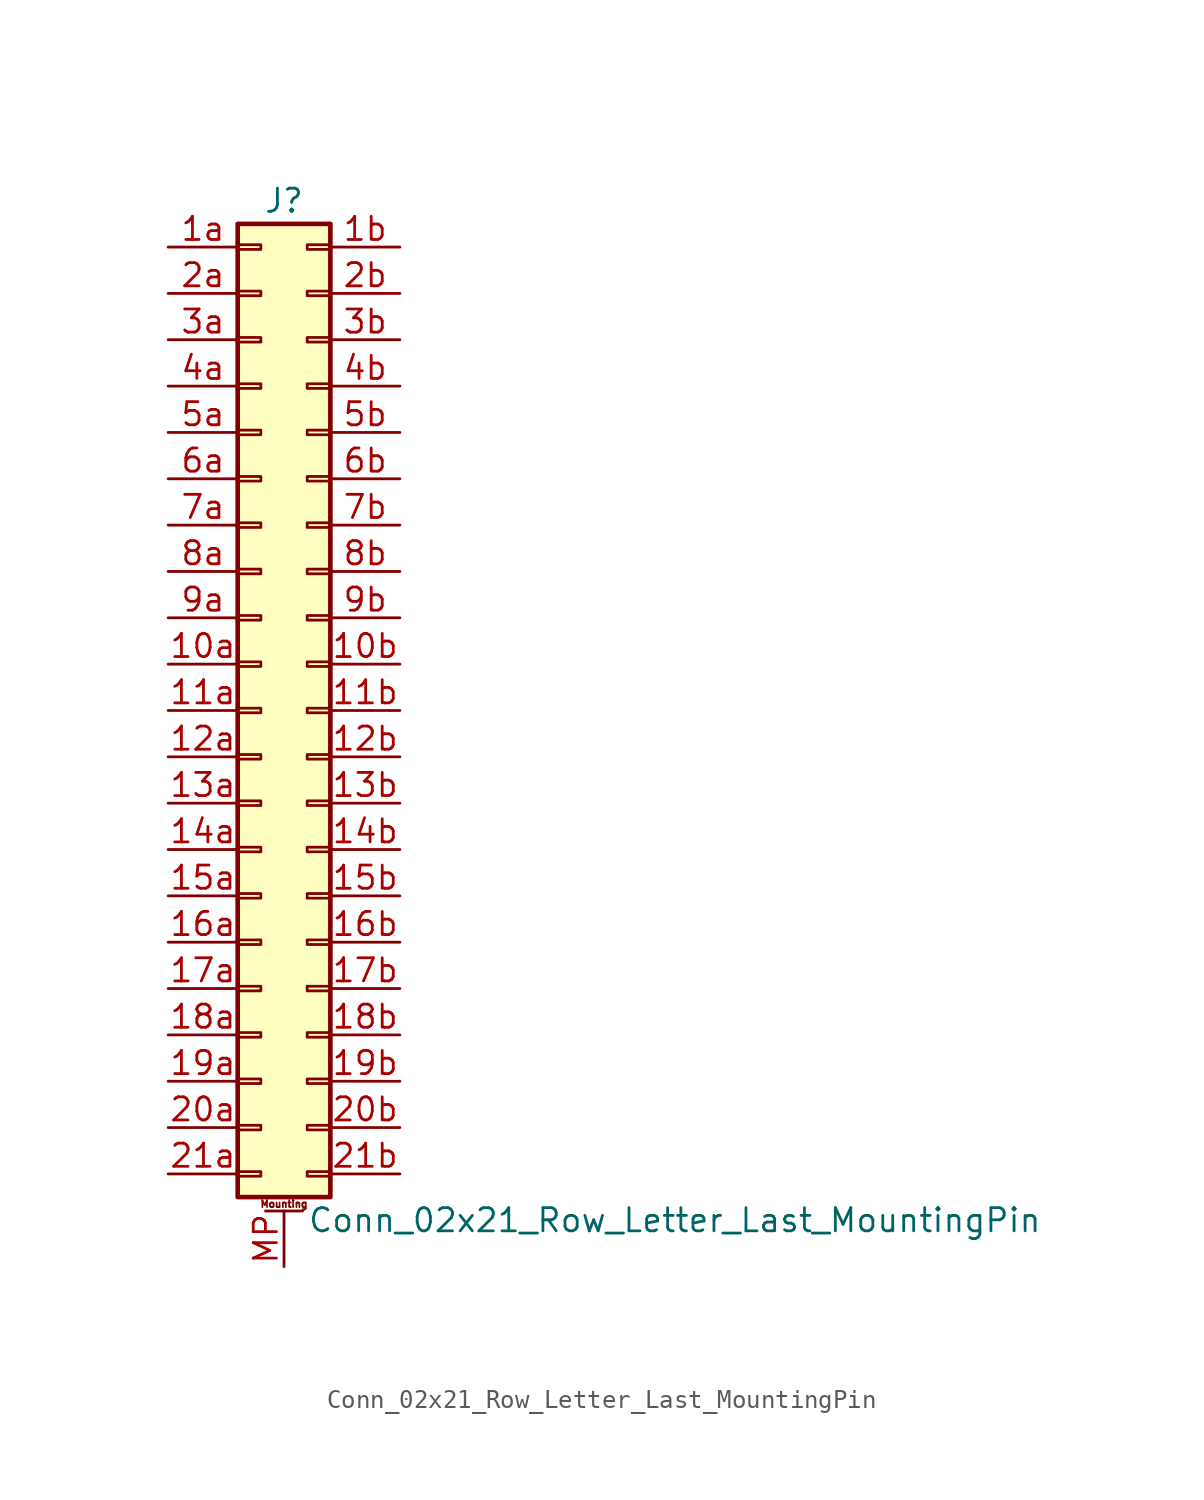
<source format=kicad_sym>
(kicad_symbol_lib
  (version 20201005)
  (generator kicad_symbol_editor)
  (symbol "Conn_02x21_Row_Letter_Last_MountingPin"
    (pin_names
      (offset 1.016) hide)
    (property "Reference" "J"
      (at 1.27 27.94 0)
      (effects (font (size 1.27 1.27))))
    (property "Value" "Conn_02x21_Row_Letter_Last_MountingPin"
      (at 2.54 -27.94 0)
      (effects (font (size 1.27 1.27)) (justify left)))
    (symbol "Conn_02x21_Row_Letter_Last_MountingPin_1_1"
      (text "Mounting" (at 1.27 -27.051 0) (effects (font (size 0.381 0.381))))
      (rectangle (start -1.27 -25.273) (end 0 -25.527) (stroke (width 0.152)) (fill (type none)))
      (rectangle (start -1.27 -22.733) (end 0 -22.987) (stroke (width 0.152)) (fill (type none)))
      (rectangle (start -1.27 -20.193) (end 0 -20.447) (stroke (width 0.152)) (fill (type none)))
      (rectangle (start -1.27 -17.653) (end 0 -17.907) (stroke (width 0.152)) (fill (type none)))
      (rectangle (start -1.27 -15.113) (end 0 -15.367) (stroke (width 0.152)) (fill (type none)))
      (rectangle (start -1.27 -12.573) (end 0 -12.827) (stroke (width 0.152)) (fill (type none)))
      (rectangle (start -1.27 -10.033) (end 0 -10.287) (stroke (width 0.152)) (fill (type none)))
      (rectangle (start -1.27 -7.493) (end 0 -7.747) (stroke (width 0.152)) (fill (type none)))
      (rectangle (start -1.27 -4.953) (end 0 -5.207) (stroke (width 0.152)) (fill (type none)))
      (rectangle (start -1.27 -2.413) (end 0 -2.667) (stroke (width 0.152)) (fill (type none)))
      (rectangle (start -1.27 0.127) (end 0 -0.127) (stroke (width 0.152)) (fill (type none)))
      (rectangle (start -1.27 2.667) (end 0 2.413) (stroke (width 0.152)) (fill (type none)))
      (rectangle (start -1.27 5.207) (end 0 4.953) (stroke (width 0.152)) (fill (type none)))
      (rectangle (start -1.27 7.747) (end 0 7.493) (stroke (width 0.152)) (fill (type none)))
      (rectangle (start -1.27 10.287) (end 0 10.033) (stroke (width 0.152)) (fill (type none)))
      (rectangle (start -1.27 12.827) (end 0 12.573) (stroke (width 0.152)) (fill (type none)))
      (rectangle (start -1.27 15.367) (end 0 15.113) (stroke (width 0.152)) (fill (type none)))
      (rectangle (start -1.27 17.907) (end 0 17.653) (stroke (width 0.152)) (fill (type none)))
      (rectangle (start -1.27 20.447) (end 0 20.193) (stroke (width 0.152)) (fill (type none)))
      (rectangle (start -1.27 22.987) (end 0 22.733) (stroke (width 0.152)) (fill (type none)))
      (rectangle (start -1.27 25.527) (end 0 25.273) (stroke (width 0.152)) (fill (type none)))
      (rectangle (start 3.81 -25.273) (end 2.54 -25.527) (stroke (width 0.152)) (fill (type none)))
      (rectangle (start 3.81 -22.733) (end 2.54 -22.987) (stroke (width 0.152)) (fill (type none)))
      (rectangle (start 3.81 -20.193) (end 2.54 -20.447) (stroke (width 0.152)) (fill (type none)))
      (rectangle (start 3.81 -17.653) (end 2.54 -17.907) (stroke (width 0.152)) (fill (type none)))
      (rectangle (start 3.81 -15.113) (end 2.54 -15.367) (stroke (width 0.152)) (fill (type none)))
      (rectangle (start 3.81 -12.573) (end 2.54 -12.827) (stroke (width 0.152)) (fill (type none)))
      (rectangle (start 3.81 -10.033) (end 2.54 -10.287) (stroke (width 0.152)) (fill (type none)))
      (rectangle (start 3.81 -7.493) (end 2.54 -7.747) (stroke (width 0.152)) (fill (type none)))
      (rectangle (start 3.81 -4.953) (end 2.54 -5.207) (stroke (width 0.152)) (fill (type none)))
      (rectangle (start 3.81 -2.413) (end 2.54 -2.667) (stroke (width 0.152)) (fill (type none)))
      (rectangle (start 3.81 0.127) (end 2.54 -0.127) (stroke (width 0.152)) (fill (type none)))
      (rectangle (start 3.81 2.667) (end 2.54 2.413) (stroke (width 0.152)) (fill (type none)))
      (rectangle (start 3.81 5.207) (end 2.54 4.953) (stroke (width 0.152)) (fill (type none)))
      (rectangle (start 3.81 7.747) (end 2.54 7.493) (stroke (width 0.152)) (fill (type none)))
      (rectangle (start 3.81 10.287) (end 2.54 10.033) (stroke (width 0.152)) (fill (type none)))
      (rectangle (start 3.81 12.827) (end 2.54 12.573) (stroke (width 0.152)) (fill (type none)))
      (rectangle (start 3.81 15.367) (end 2.54 15.113) (stroke (width 0.152)) (fill (type none)))
      (rectangle (start 3.81 17.907) (end 2.54 17.653) (stroke (width 0.152)) (fill (type none)))
      (rectangle (start 3.81 20.447) (end 2.54 20.193) (stroke (width 0.152)) (fill (type none)))
      (rectangle (start 3.81 22.987) (end 2.54 22.733) (stroke (width 0.152)) (fill (type none)))
      (rectangle (start 3.81 25.527) (end 2.54 25.273) (stroke (width 0.152)) (fill (type none)))
      (rectangle (start -1.27 26.67) (end 3.81 -26.67) (stroke (width 0.254)) (fill (type background)))
      (polyline (pts (xy 0.254 -27.432) (xy 2.286 -27.432)) (stroke (width 0.152)) (fill (type none)))
      (pin passive line (at -5.08 2.54 0) (length 3.81) (name "Pin_10a" (effects (font (size 1.27 1.27)))) (number "10a" (effects (font (size 1.27 1.27)))))
      (pin passive line (at 7.62 2.54 180) (length 3.81) (name "Pin_10b" (effects (font (size 1.27 1.27)))) (number "10b" (effects (font (size 1.27 1.27)))))
      (pin passive line (at -5.08 0 0) (length 3.81) (name "Pin_11a" (effects (font (size 1.27 1.27)))) (number "11a" (effects (font (size 1.27 1.27)))))
      (pin passive line (at 7.62 0 180) (length 3.81) (name "Pin_11b" (effects (font (size 1.27 1.27)))) (number "11b" (effects (font (size 1.27 1.27)))))
      (pin passive line (at -5.08 -2.54 0) (length 3.81) (name "Pin_12a" (effects (font (size 1.27 1.27)))) (number "12a" (effects (font (size 1.27 1.27)))))
      (pin passive line (at 7.62 -2.54 180) (length 3.81) (name "Pin_12b" (effects (font (size 1.27 1.27)))) (number "12b" (effects (font (size 1.27 1.27)))))
      (pin passive line (at -5.08 -5.08 0) (length 3.81) (name "Pin_13a" (effects (font (size 1.27 1.27)))) (number "13a" (effects (font (size 1.27 1.27)))))
      (pin passive line (at 7.62 -5.08 180) (length 3.81) (name "Pin_13b" (effects (font (size 1.27 1.27)))) (number "13b" (effects (font (size 1.27 1.27)))))
      (pin passive line (at -5.08 -7.62 0) (length 3.81) (name "Pin_14a" (effects (font (size 1.27 1.27)))) (number "14a" (effects (font (size 1.27 1.27)))))
      (pin passive line (at 7.62 -7.62 180) (length 3.81) (name "Pin_14b" (effects (font (size 1.27 1.27)))) (number "14b" (effects (font (size 1.27 1.27)))))
      (pin passive line (at -5.08 -10.16 0) (length 3.81) (name "Pin_15a" (effects (font (size 1.27 1.27)))) (number "15a" (effects (font (size 1.27 1.27)))))
      (pin passive line (at 7.62 -10.16 180) (length 3.81) (name "Pin_15b" (effects (font (size 1.27 1.27)))) (number "15b" (effects (font (size 1.27 1.27)))))
      (pin passive line (at -5.08 -12.7 0) (length 3.81) (name "Pin_16a" (effects (font (size 1.27 1.27)))) (number "16a" (effects (font (size 1.27 1.27)))))
      (pin passive line (at 7.62 -12.7 180) (length 3.81) (name "Pin_16b" (effects (font (size 1.27 1.27)))) (number "16b" (effects (font (size 1.27 1.27)))))
      (pin passive line (at -5.08 -15.24 0) (length 3.81) (name "Pin_17a" (effects (font (size 1.27 1.27)))) (number "17a" (effects (font (size 1.27 1.27)))))
      (pin passive line (at 7.62 -15.24 180) (length 3.81) (name "Pin_17b" (effects (font (size 1.27 1.27)))) (number "17b" (effects (font (size 1.27 1.27)))))
      (pin passive line (at -5.08 -17.78 0) (length 3.81) (name "Pin_18a" (effects (font (size 1.27 1.27)))) (number "18a" (effects (font (size 1.27 1.27)))))
      (pin passive line (at 7.62 -17.78 180) (length 3.81) (name "Pin_18b" (effects (font (size 1.27 1.27)))) (number "18b" (effects (font (size 1.27 1.27)))))
      (pin passive line (at -5.08 -20.32 0) (length 3.81) (name "Pin_19a" (effects (font (size 1.27 1.27)))) (number "19a" (effects (font (size 1.27 1.27)))))
      (pin passive line (at 7.62 -20.32 180) (length 3.81) (name "Pin_19b" (effects (font (size 1.27 1.27)))) (number "19b" (effects (font (size 1.27 1.27)))))
      (pin passive line (at -5.08 25.4 0) (length 3.81) (name "Pin_1a" (effects (font (size 1.27 1.27)))) (number "1a" (effects (font (size 1.27 1.27)))))
      (pin passive line (at 7.62 25.4 180) (length 3.81) (name "Pin_1b" (effects (font (size 1.27 1.27)))) (number "1b" (effects (font (size 1.27 1.27)))))
      (pin passive line (at -5.08 -22.86 0) (length 3.81) (name "Pin_20a" (effects (font (size 1.27 1.27)))) (number "20a" (effects (font (size 1.27 1.27)))))
      (pin passive line (at 7.62 -22.86 180) (length 3.81) (name "Pin_20b" (effects (font (size 1.27 1.27)))) (number "20b" (effects (font (size 1.27 1.27)))))
      (pin passive line (at -5.08 -25.4 0) (length 3.81) (name "Pin_21a" (effects (font (size 1.27 1.27)))) (number "21a" (effects (font (size 1.27 1.27)))))
      (pin passive line (at 7.62 -25.4 180) (length 3.81) (name "Pin_21b" (effects (font (size 1.27 1.27)))) (number "21b" (effects (font (size 1.27 1.27)))))
      (pin passive line (at -5.08 22.86 0) (length 3.81) (name "Pin_2a" (effects (font (size 1.27 1.27)))) (number "2a" (effects (font (size 1.27 1.27)))))
      (pin passive line (at 7.62 22.86 180) (length 3.81) (name "Pin_2b" (effects (font (size 1.27 1.27)))) (number "2b" (effects (font (size 1.27 1.27)))))
      (pin passive line (at -5.08 20.32 0) (length 3.81) (name "Pin_3a" (effects (font (size 1.27 1.27)))) (number "3a" (effects (font (size 1.27 1.27)))))
      (pin passive line (at 7.62 20.32 180) (length 3.81) (name "Pin_3b" (effects (font (size 1.27 1.27)))) (number "3b" (effects (font (size 1.27 1.27)))))
      (pin passive line (at -5.08 17.78 0) (length 3.81) (name "Pin_4a" (effects (font (size 1.27 1.27)))) (number "4a" (effects (font (size 1.27 1.27)))))
      (pin passive line (at 7.62 17.78 180) (length 3.81) (name "Pin_4b" (effects (font (size 1.27 1.27)))) (number "4b" (effects (font (size 1.27 1.27)))))
      (pin passive line (at -5.08 15.24 0) (length 3.81) (name "Pin_5a" (effects (font (size 1.27 1.27)))) (number "5a" (effects (font (size 1.27 1.27)))))
      (pin passive line (at 7.62 15.24 180) (length 3.81) (name "Pin_5b" (effects (font (size 1.27 1.27)))) (number "5b" (effects (font (size 1.27 1.27)))))
      (pin passive line (at -5.08 12.7 0) (length 3.81) (name "Pin_6a" (effects (font (size 1.27 1.27)))) (number "6a" (effects (font (size 1.27 1.27)))))
      (pin passive line (at 7.62 12.7 180) (length 3.81) (name "Pin_6b" (effects (font (size 1.27 1.27)))) (number "6b" (effects (font (size 1.27 1.27)))))
      (pin passive line (at -5.08 10.16 0) (length 3.81) (name "Pin_7a" (effects (font (size 1.27 1.27)))) (number "7a" (effects (font (size 1.27 1.27)))))
      (pin passive line (at 7.62 10.16 180) (length 3.81) (name "Pin_7b" (effects (font (size 1.27 1.27)))) (number "7b" (effects (font (size 1.27 1.27)))))
      (pin passive line (at -5.08 7.62 0) (length 3.81) (name "Pin_8a" (effects (font (size 1.27 1.27)))) (number "8a" (effects (font (size 1.27 1.27)))))
      (pin passive line (at 7.62 7.62 180) (length 3.81) (name "Pin_8b" (effects (font (size 1.27 1.27)))) (number "8b" (effects (font (size 1.27 1.27)))))
      (pin passive line (at -5.08 5.08 0) (length 3.81) (name "Pin_9a" (effects (font (size 1.27 1.27)))) (number "9a" (effects (font (size 1.27 1.27)))))
      (pin passive line (at 7.62 5.08 180) (length 3.81) (name "Pin_9b" (effects (font (size 1.27 1.27)))) (number "9b" (effects (font (size 1.27 1.27)))))
      (pin passive line (at 1.27 -30.48 90) (length 3.048) (name "MountPin" (effects (font (size 1.27 1.27)))) (number "MP" (effects (font (size 1.27 1.27))))))))
</source>
